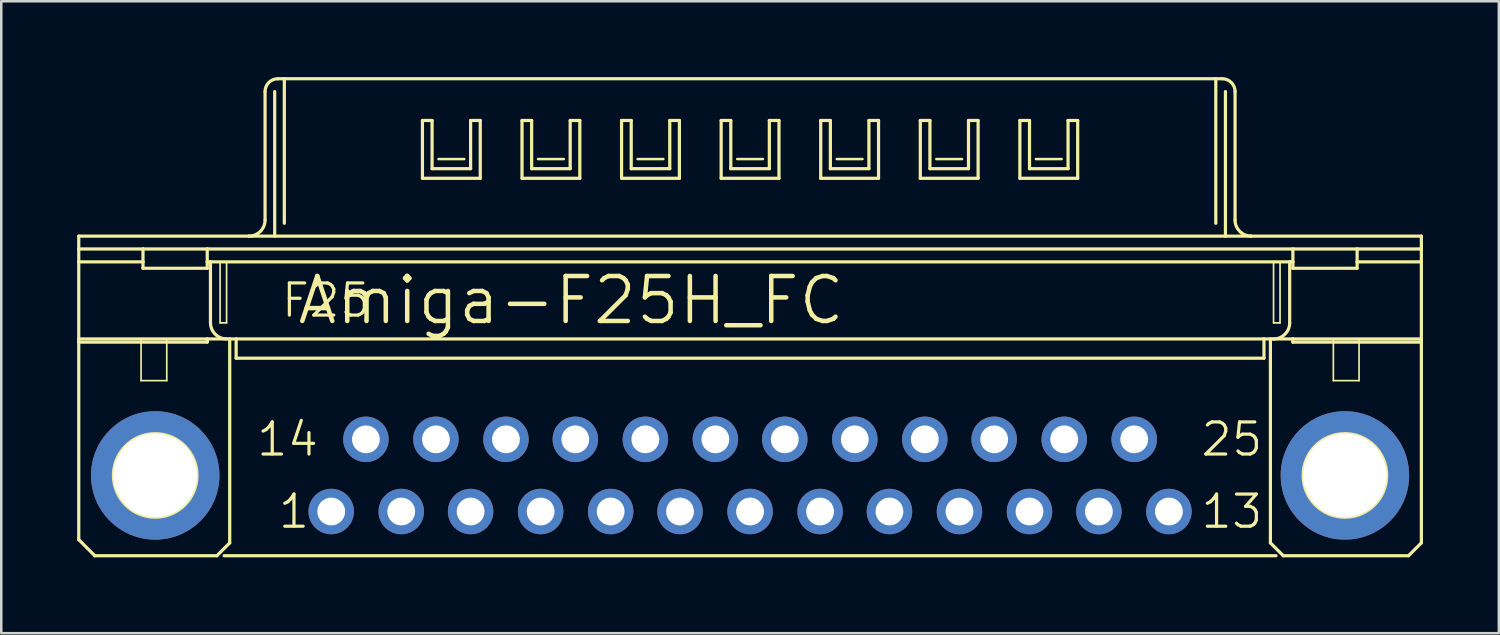
<source format=kicad_pcb>
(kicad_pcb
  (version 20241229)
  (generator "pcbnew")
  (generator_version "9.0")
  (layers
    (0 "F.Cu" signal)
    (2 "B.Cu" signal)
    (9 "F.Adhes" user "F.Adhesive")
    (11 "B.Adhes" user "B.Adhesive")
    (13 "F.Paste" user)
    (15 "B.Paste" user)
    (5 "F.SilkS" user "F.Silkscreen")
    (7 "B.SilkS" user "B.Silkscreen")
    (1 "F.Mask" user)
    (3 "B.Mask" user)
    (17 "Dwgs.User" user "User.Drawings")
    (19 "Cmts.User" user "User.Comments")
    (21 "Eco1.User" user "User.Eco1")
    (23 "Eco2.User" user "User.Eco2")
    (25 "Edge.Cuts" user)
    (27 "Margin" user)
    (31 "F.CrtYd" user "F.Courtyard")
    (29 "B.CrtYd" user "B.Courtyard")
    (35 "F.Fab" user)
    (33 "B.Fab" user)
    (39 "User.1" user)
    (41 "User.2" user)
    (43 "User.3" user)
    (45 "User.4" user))
  (footprint "Amiga-F25H_FC"
    (layer "F.Cu")
    (at 26.607 15.748)
    (property "Reference" "Amiga-F25H_FC" (at -7.079 -6.921 0) (layer "F.SilkS") (effects (font (size 1.778 1.778) (thickness 0.178))))
    (attr exclude_from_pos_files exclude_from_bom)
    (fp_line (start -26.543 -9.461) (end -19.812 -9.461) (stroke (width 0.127) (type solid)) (layer "F.SilkS"))
    (fp_line (start -26.543 -9.461) (end 26.543 -9.461) (stroke (width 0.066) (type solid)) (layer "F.SilkS"))
    (fp_line (start -26.543 -8.954) (end -26.543 -9.461) (stroke (width 0.066) (type solid)) (layer "F.SilkS"))
    (fp_line (start -26.543 -8.954) (end -26.543 -9.461) (stroke (width 0.127) (type solid)) (layer "F.SilkS"))
    (fp_line (start -26.543 -8.954) (end -24.003 -8.954) (stroke (width 0.127) (type solid)) (layer "F.SilkS"))
    (fp_line (start -26.543 -8.954) (end 26.543 -8.954) (stroke (width 0.066) (type solid)) (layer "F.SilkS"))
    (fp_line (start -26.543 -8.445) (end -26.543 -8.954) (stroke (width 0.127) (type solid)) (layer "F.SilkS"))
    (fp_line (start -26.543 -8.445) (end -24.003 -8.445) (stroke (width 0.127) (type solid)) (layer "F.SilkS"))
    (fp_line (start -26.543 -5.397) (end -26.543 -8.445) (stroke (width 0.127) (type solid)) (layer "F.SilkS"))
    (fp_line (start -26.543 -5.397) (end -26.543 -5.271) (stroke (width 0.127) (type solid)) (layer "F.SilkS"))
    (fp_line (start -26.543 -5.397) (end -21.463 -5.397) (stroke (width 0.127) (type solid)) (layer "F.SilkS"))
    (fp_line (start -26.543 -5.271) (end -21.463 -5.271) (stroke (width 0.127) (type solid)) (layer "F.SilkS"))
    (fp_line (start -26.543 2.54) (end -26.543 -5.271) (stroke (width 0.127) (type solid)) (layer "F.SilkS"))
    (fp_line (start -25.908 3.175) (end -26.543 2.54) (stroke (width 0.127) (type solid)) (layer "F.SilkS"))
    (fp_line (start -24.079 -5.397) (end -23.063 -5.397) (stroke (width 0.066) (type solid)) (layer "F.SilkS"))
    (fp_line (start -24.079 -3.747) (end -24.079 -5.397) (stroke (width 0.066) (type solid)) (layer "F.SilkS"))
    (fp_line (start -24.079 -3.747) (end -23.063 -3.747) (stroke (width 0.066) (type solid)) (layer "F.SilkS"))
    (fp_line (start -24.003 -8.954) (end -21.463 -8.954) (stroke (width 0.127) (type solid)) (layer "F.SilkS"))
    (fp_line (start -24.003 -8.445) (end -24.003 -8.954) (stroke (width 0.127) (type solid)) (layer "F.SilkS"))
    (fp_line (start -24.003 -8.445) (end -24.003 -8.191) (stroke (width 0.127) (type solid)) (layer "F.SilkS"))
    (fp_line (start -24.003 -8.191) (end -21.463 -8.191) (stroke (width 0.127) (type solid)) (layer "F.SilkS"))
    (fp_line (start -23.063 -3.747) (end -23.063 -5.397) (stroke (width 0.066) (type solid)) (layer "F.SilkS"))
    (fp_line (start -21.463 -8.954) (end 21.463 -8.954) (stroke (width 0.127) (type solid)) (layer "F.SilkS"))
    (fp_line (start -21.463 -8.445) (end -21.463 -8.954) (stroke (width 0.127) (type solid)) (layer "F.SilkS"))
    (fp_line (start -21.463 -8.445) (end -21.336 -8.445) (stroke (width 0.127) (type solid)) (layer "F.SilkS"))
    (fp_line (start -21.463 -8.191) (end -21.463 -8.445) (stroke (width 0.127) (type solid)) (layer "F.SilkS"))
    (fp_line (start -21.463 -5.397) (end -20.574 -5.397) (stroke (width 0.127) (type solid)) (layer "F.SilkS"))
    (fp_line (start -21.463 -5.271) (end -21.463 -5.397) (stroke (width 0.127) (type solid)) (layer "F.SilkS"))
    (fp_line (start -21.336 -8.445) (end 21.336 -8.445) (stroke (width 0.127) (type solid)) (layer "F.SilkS"))
    (fp_line (start -21.336 -6.032) (end -21.336 -8.445) (stroke (width 0.127) (type solid)) (layer "F.SilkS"))
    (fp_line (start -21.082 3.175) (end -25.908 3.175) (stroke (width 0.127) (type solid)) (layer "F.SilkS"))
    (fp_line (start -21.082 3.175) (end -20.574 2.667) (stroke (width 0.127) (type solid)) (layer "F.SilkS"))
    (fp_line (start -20.955 -8.445) (end -20.698 -8.445) (stroke (width 0.066) (type solid)) (layer "F.SilkS"))
    (fp_line (start -20.955 -6.032) (end -20.955 -8.445) (stroke (width 0.066) (type solid)) (layer "F.SilkS"))
    (fp_line (start -20.955 -6.032) (end -20.698 -6.032) (stroke (width 0.066) (type solid)) (layer "F.SilkS"))
    (fp_line (start -20.795 3.175) (end 20.795 3.175) (stroke (width 0.127) (type solid)) (layer "F.SilkS"))
    (fp_line (start -20.698 -6.032) (end -20.698 -8.445) (stroke (width 0.066) (type solid)) (layer "F.SilkS"))
    (fp_line (start -20.574 -5.397) (end -20.32 -5.397) (stroke (width 0.127) (type solid)) (layer "F.SilkS"))
    (fp_line (start -20.574 2.667) (end -20.574 -5.397) (stroke (width 0.127) (type solid)) (layer "F.SilkS"))
    (fp_line (start -20.32 -5.397) (end -20.32 -4.636) (stroke (width 0.127) (type solid)) (layer "F.SilkS"))
    (fp_line (start -20.32 -5.397) (end 20.32 -5.397) (stroke (width 0.066) (type solid)) (layer "F.SilkS"))
    (fp_line (start -20.32 -5.397) (end 20.32 -5.397) (stroke (width 0.127) (type solid)) (layer "F.SilkS"))
    (fp_line (start -20.32 -4.636) (end -20.32 -5.397) (stroke (width 0.066) (type solid)) (layer "F.SilkS"))
    (fp_line (start -20.32 -4.636) (end 20.32 -4.636) (stroke (width 0.066) (type solid)) (layer "F.SilkS"))
    (fp_line (start -20.32 -4.636) (end 20.32 -4.636) (stroke (width 0.127) (type solid)) (layer "F.SilkS"))
    (fp_line (start -19.812 -9.461) (end -18.796 -9.461) (stroke (width 0.127) (type solid)) (layer "F.SilkS"))
    (fp_line (start -19.177 -10.097) (end -19.177 -15.177) (stroke (width 0.127) (type solid)) (layer "F.SilkS"))
    (fp_line (start -18.796 -9.461) (end -18.796 -15.177) (stroke (width 0.127) (type solid)) (layer "F.SilkS"))
    (fp_line (start -18.796 -9.461) (end 18.796 -9.461) (stroke (width 0.127) (type solid)) (layer "F.SilkS"))
    (fp_line (start -18.669 -15.684) (end -18.415 -15.684) (stroke (width 0.127) (type solid)) (layer "F.SilkS"))
    (fp_line (start -18.415 -15.684) (end 18.415 -15.684) (stroke (width 0.127) (type solid)) (layer "F.SilkS"))
    (fp_line (start -18.415 -9.97) (end -18.415 -15.684) (stroke (width 0.127) (type solid)) (layer "F.SilkS"))
    (fp_line (start -12.954 -14.034) (end -12.573 -14.034) (stroke (width 0.127) (type solid)) (layer "F.SilkS"))
    (fp_line (start -12.954 -11.748) (end -12.954 -14.034) (stroke (width 0.127) (type solid)) (layer "F.SilkS"))
    (fp_line (start -12.573 -14.034) (end -12.573 -12.129) (stroke (width 0.127) (type solid)) (layer "F.SilkS"))
    (fp_line (start -12.573 -12.129) (end -11.049 -12.129) (stroke (width 0.127) (type solid)) (layer "F.SilkS"))
    (fp_line (start -11.303 -12.509) (end -12.319 -12.509) (stroke (width 0.1) (type solid)) (layer "F.SilkS"))
    (fp_line (start -11.049 -14.034) (end -10.668 -14.034) (stroke (width 0.127) (type solid)) (layer "F.SilkS"))
    (fp_line (start -11.049 -12.129) (end -11.049 -14.034) (stroke (width 0.127) (type solid)) (layer "F.SilkS"))
    (fp_line (start -10.668 -14.034) (end -10.668 -11.748) (stroke (width 0.127) (type solid)) (layer "F.SilkS"))
    (fp_line (start -10.668 -11.748) (end -12.954 -11.748) (stroke (width 0.127) (type solid)) (layer "F.SilkS"))
    (fp_line (start -9.017 -14.034) (end -8.636 -14.034) (stroke (width 0.127) (type solid)) (layer "F.SilkS"))
    (fp_line (start -9.017 -11.748) (end -9.017 -14.034) (stroke (width 0.127) (type solid)) (layer "F.SilkS"))
    (fp_line (start -8.636 -14.034) (end -8.636 -12.129) (stroke (width 0.127) (type solid)) (layer "F.SilkS"))
    (fp_line (start -8.636 -12.129) (end -7.112 -12.129) (stroke (width 0.127) (type solid)) (layer "F.SilkS"))
    (fp_line (start -7.366 -12.509) (end -8.382 -12.509) (stroke (width 0.1) (type solid)) (layer "F.SilkS"))
    (fp_line (start -7.112 -14.034) (end -6.731 -14.034) (stroke (width 0.127) (type solid)) (layer "F.SilkS"))
    (fp_line (start -7.112 -12.129) (end -7.112 -14.034) (stroke (width 0.127) (type solid)) (layer "F.SilkS"))
    (fp_line (start -6.731 -14.034) (end -6.731 -11.748) (stroke (width 0.127) (type solid)) (layer "F.SilkS"))
    (fp_line (start -6.731 -11.748) (end -9.017 -11.748) (stroke (width 0.127) (type solid)) (layer "F.SilkS"))
    (fp_line (start -5.08 -14.034) (end -4.699 -14.034) (stroke (width 0.127) (type solid)) (layer "F.SilkS"))
    (fp_line (start -5.08 -11.748) (end -5.08 -14.034) (stroke (width 0.127) (type solid)) (layer "F.SilkS"))
    (fp_line (start -4.699 -14.034) (end -4.699 -12.129) (stroke (width 0.127) (type solid)) (layer "F.SilkS"))
    (fp_line (start -4.699 -12.129) (end -3.175 -12.129) (stroke (width 0.127) (type solid)) (layer "F.SilkS"))
    (fp_line (start -3.429 -12.509) (end -4.445 -12.509) (stroke (width 0.1) (type solid)) (layer "F.SilkS"))
    (fp_line (start -3.175 -14.034) (end -2.794 -14.034) (stroke (width 0.127) (type solid)) (layer "F.SilkS"))
    (fp_line (start -3.175 -12.129) (end -3.175 -14.034) (stroke (width 0.127) (type solid)) (layer "F.SilkS"))
    (fp_line (start -2.794 -14.034) (end -2.794 -11.748) (stroke (width 0.127) (type solid)) (layer "F.SilkS"))
    (fp_line (start -2.794 -11.748) (end -5.08 -11.748) (stroke (width 0.127) (type solid)) (layer "F.SilkS"))
    (fp_line (start -1.143 -14.034) (end -0.762 -14.034) (stroke (width 0.127) (type solid)) (layer "F.SilkS"))
    (fp_line (start -1.143 -11.748) (end -1.143 -14.034) (stroke (width 0.127) (type solid)) (layer "F.SilkS"))
    (fp_line (start -0.762 -14.034) (end -0.762 -12.129) (stroke (width 0.127) (type solid)) (layer "F.SilkS"))
    (fp_line (start -0.762 -12.129) (end 0.762 -12.129) (stroke (width 0.127) (type solid)) (layer "F.SilkS"))
    (fp_line (start 0.508 -12.509) (end -0.508 -12.509) (stroke (width 0.1) (type solid)) (layer "F.SilkS"))
    (fp_line (start 0.762 -14.034) (end 1.143 -14.034) (stroke (width 0.127) (type solid)) (layer "F.SilkS"))
    (fp_line (start 0.762 -12.129) (end 0.762 -14.034) (stroke (width 0.127) (type solid)) (layer "F.SilkS"))
    (fp_line (start 1.143 -14.034) (end 1.143 -11.748) (stroke (width 0.127) (type solid)) (layer "F.SilkS"))
    (fp_line (start 1.143 -11.748) (end -1.143 -11.748) (stroke (width 0.127) (type solid)) (layer "F.SilkS"))
    (fp_line (start 2.794 -14.034) (end 3.175 -14.034) (stroke (width 0.127) (type solid)) (layer "F.SilkS"))
    (fp_line (start 2.794 -11.748) (end 2.794 -14.034) (stroke (width 0.127) (type solid)) (layer "F.SilkS"))
    (fp_line (start 3.175 -14.034) (end 3.175 -12.129) (stroke (width 0.127) (type solid)) (layer "F.SilkS"))
    (fp_line (start 3.175 -12.129) (end 4.699 -12.129) (stroke (width 0.127) (type solid)) (layer "F.SilkS"))
    (fp_line (start 4.445 -12.509) (end 3.429 -12.509) (stroke (width 0.1) (type solid)) (layer "F.SilkS"))
    (fp_line (start 4.699 -14.034) (end 5.08 -14.034) (stroke (width 0.127) (type solid)) (layer "F.SilkS"))
    (fp_line (start 4.699 -12.129) (end 4.699 -14.034) (stroke (width 0.127) (type solid)) (layer "F.SilkS"))
    (fp_line (start 5.08 -14.034) (end 5.08 -11.748) (stroke (width 0.127) (type solid)) (layer "F.SilkS"))
    (fp_line (start 5.08 -11.748) (end 2.794 -11.748) (stroke (width 0.127) (type solid)) (layer "F.SilkS"))
    (fp_line (start 6.731 -14.034) (end 7.112 -14.034) (stroke (width 0.127) (type solid)) (layer "F.SilkS"))
    (fp_line (start 6.731 -11.748) (end 6.731 -14.034) (stroke (width 0.127) (type solid)) (layer "F.SilkS"))
    (fp_line (start 7.112 -14.034) (end 7.112 -12.129) (stroke (width 0.127) (type solid)) (layer "F.SilkS"))
    (fp_line (start 7.112 -12.129) (end 8.636 -12.129) (stroke (width 0.127) (type solid)) (layer "F.SilkS"))
    (fp_line (start 8.382 -12.509) (end 7.366 -12.509) (stroke (width 0.1) (type solid)) (layer "F.SilkS"))
    (fp_line (start 8.636 -14.034) (end 9.017 -14.034) (stroke (width 0.127) (type solid)) (layer "F.SilkS"))
    (fp_line (start 8.636 -12.129) (end 8.636 -14.034) (stroke (width 0.127) (type solid)) (layer "F.SilkS"))
    (fp_line (start 9.017 -14.034) (end 9.017 -11.748) (stroke (width 0.127) (type solid)) (layer "F.SilkS"))
    (fp_line (start 9.017 -11.748) (end 6.731 -11.748) (stroke (width 0.127) (type solid)) (layer "F.SilkS"))
    (fp_line (start 10.668 -14.034) (end 11.049 -14.034) (stroke (width 0.127) (type solid)) (layer "F.SilkS"))
    (fp_line (start 10.668 -11.748) (end 10.668 -14.034) (stroke (width 0.127) (type solid)) (layer "F.SilkS"))
    (fp_line (start 11.049 -14.034) (end 11.049 -12.129) (stroke (width 0.127) (type solid)) (layer "F.SilkS"))
    (fp_line (start 11.049 -12.129) (end 12.573 -12.129) (stroke (width 0.127) (type solid)) (layer "F.SilkS"))
    (fp_line (start 12.319 -12.509) (end 11.303 -12.509) (stroke (width 0.1) (type solid)) (layer "F.SilkS"))
    (fp_line (start 12.573 -14.034) (end 12.954 -14.034) (stroke (width 0.127) (type solid)) (layer "F.SilkS"))
    (fp_line (start 12.573 -12.129) (end 12.573 -14.034) (stroke (width 0.127) (type solid)) (layer "F.SilkS"))
    (fp_line (start 12.954 -14.034) (end 12.954 -11.748) (stroke (width 0.127) (type solid)) (layer "F.SilkS"))
    (fp_line (start 12.954 -11.748) (end 10.668 -11.748) (stroke (width 0.127) (type solid)) (layer "F.SilkS"))
    (fp_line (start 18.415 -15.684) (end 18.669 -15.684) (stroke (width 0.127) (type solid)) (layer "F.SilkS"))
    (fp_line (start 18.415 -9.97) (end 18.415 -15.684) (stroke (width 0.127) (type solid)) (layer "F.SilkS"))
    (fp_line (start 18.796 -9.461) (end 18.796 -15.177) (stroke (width 0.127) (type solid)) (layer "F.SilkS"))
    (fp_line (start 18.796 -9.461) (end 19.812 -9.461) (stroke (width 0.127) (type solid)) (layer "F.SilkS"))
    (fp_line (start 19.177 -10.097) (end 19.177 -15.177) (stroke (width 0.127) (type solid)) (layer "F.SilkS"))
    (fp_line (start 19.812 -9.461) (end 26.543 -9.461) (stroke (width 0.127) (type solid)) (layer "F.SilkS"))
    (fp_line (start 20.32 -5.397) (end 20.32 -4.636) (stroke (width 0.127) (type solid)) (layer "F.SilkS"))
    (fp_line (start 20.32 -5.397) (end 20.574 -5.397) (stroke (width 0.127) (type solid)) (layer "F.SilkS"))
    (fp_line (start 20.32 -4.636) (end 20.32 -5.397) (stroke (width 0.066) (type solid)) (layer "F.SilkS"))
    (fp_line (start 20.574 -5.397) (end 20.698 -5.397) (stroke (width 0.127) (type solid)) (layer "F.SilkS"))
    (fp_line (start 20.574 2.667) (end 20.574 -5.397) (stroke (width 0.127) (type solid)) (layer "F.SilkS"))
    (fp_line (start 20.574 2.667) (end 21.082 3.175) (stroke (width 0.127) (type solid)) (layer "F.SilkS"))
    (fp_line (start 20.698 -8.445) (end 20.955 -8.445) (stroke (width 0.066) (type solid)) (layer "F.SilkS"))
    (fp_line (start 20.698 -6.032) (end 20.698 -8.445) (stroke (width 0.066) (type solid)) (layer "F.SilkS"))
    (fp_line (start 20.698 -6.032) (end 20.955 -6.032) (stroke (width 0.066) (type solid)) (layer "F.SilkS"))
    (fp_line (start 20.698 -5.397) (end 21.463 -5.397) (stroke (width 0.127) (type solid)) (layer "F.SilkS"))
    (fp_line (start 20.955 -6.032) (end 20.955 -8.445) (stroke (width 0.066) (type solid)) (layer "F.SilkS"))
    (fp_line (start 21.082 3.175) (end 26.035 3.175) (stroke (width 0.127) (type solid)) (layer "F.SilkS"))
    (fp_line (start 21.336 -8.445) (end 21.463 -8.445) (stroke (width 0.127) (type solid)) (layer "F.SilkS"))
    (fp_line (start 21.336 -6.032) (end 21.336 -8.445) (stroke (width 0.127) (type solid)) (layer "F.SilkS"))
    (fp_line (start 21.463 -8.954) (end 24.003 -8.954) (stroke (width 0.127) (type solid)) (layer "F.SilkS"))
    (fp_line (start 21.463 -8.445) (end 21.463 -8.954) (stroke (width 0.127) (type solid)) (layer "F.SilkS"))
    (fp_line (start 21.463 -8.191) (end 21.463 -8.445) (stroke (width 0.127) (type solid)) (layer "F.SilkS"))
    (fp_line (start 21.463 -8.191) (end 24.003 -8.191) (stroke (width 0.127) (type solid)) (layer "F.SilkS"))
    (fp_line (start 21.463 -5.397) (end 26.543 -5.397) (stroke (width 0.127) (type solid)) (layer "F.SilkS"))
    (fp_line (start 21.463 -5.271) (end 21.463 -5.397) (stroke (width 0.127) (type solid)) (layer "F.SilkS"))
    (fp_line (start 21.463 -5.271) (end 26.543 -5.271) (stroke (width 0.127) (type solid)) (layer "F.SilkS"))
    (fp_line (start 23.063 -5.397) (end 24.079 -5.397) (stroke (width 0.066) (type solid)) (layer "F.SilkS"))
    (fp_line (start 23.063 -3.747) (end 23.063 -5.397) (stroke (width 0.066) (type solid)) (layer "F.SilkS"))
    (fp_line (start 23.063 -3.747) (end 24.079 -3.747) (stroke (width 0.066) (type solid)) (layer "F.SilkS"))
    (fp_line (start 24.003 -8.954) (end 26.543 -8.954) (stroke (width 0.127) (type solid)) (layer "F.SilkS"))
    (fp_line (start 24.003 -8.445) (end 24.003 -8.954) (stroke (width 0.127) (type solid)) (layer "F.SilkS"))
    (fp_line (start 24.003 -8.445) (end 24.003 -8.191) (stroke (width 0.127) (type solid)) (layer "F.SilkS"))
    (fp_line (start 24.003 -8.445) (end 26.543 -8.445) (stroke (width 0.127) (type solid)) (layer "F.SilkS"))
    (fp_line (start 24.079 -3.747) (end 24.079 -5.397) (stroke (width 0.066) (type solid)) (layer "F.SilkS"))
    (fp_line (start 26.035 3.175) (end 26.543 2.667) (stroke (width 0.127) (type solid)) (layer "F.SilkS"))
    (fp_line (start 26.543 -9.461) (end 26.543 -8.954) (stroke (width 0.127) (type solid)) (layer "F.SilkS"))
    (fp_line (start 26.543 -8.954) (end 26.543 -9.461) (stroke (width 0.066) (type solid)) (layer "F.SilkS"))
    (fp_line (start 26.543 -8.954) (end 26.543 -8.445) (stroke (width 0.127) (type solid)) (layer "F.SilkS"))
    (fp_line (start 26.543 -8.445) (end 26.543 -5.397) (stroke (width 0.127) (type solid)) (layer "F.SilkS"))
    (fp_line (start 26.543 -5.397) (end 26.543 -5.271) (stroke (width 0.127) (type solid)) (layer "F.SilkS"))
    (fp_line (start 26.543 2.667) (end 26.543 -5.271) (stroke (width 0.127) (type solid)) (layer "F.SilkS"))
    (fp_arc (start -20.69846 -5.3975) (mid -21.147473 -5.583487) (end -21.33346 -6.0325) (stroke (width 0.127) (type solid)) (layer "F.SilkS"))
    (fp_arc (start -19.177 -15.1765) (mid -19.02821 -15.53571) (end -18.669 -15.6845) (stroke (width 0.127) (type solid)) (layer "F.SilkS"))
    (fp_arc (start -19.177 -10.0965) (mid -19.362987 -9.647487) (end -19.812 -9.4615) (stroke (width 0.127) (type solid)) (layer "F.SilkS"))
    (fp_arc (start 18.669 -15.6845) (mid 19.02821 -15.53571) (end 19.177 -15.1765) (stroke (width 0.127) (type solid)) (layer "F.SilkS"))
    (fp_arc (start 19.812 -9.4615) (mid 19.362987 -9.647487) (end 19.177 -10.0965) (stroke (width 0.127) (type solid)) (layer "F.SilkS"))
    (fp_arc (start 21.336 -6.0325) (mid 21.149269 -5.581691) (end 20.69846 -5.39496) (stroke (width 0.127) (type solid)) (layer "F.SilkS"))
    (fp_circle (center -23.52 0) (end -23.52 -1.651) (stroke (width 0.127) (type solid)) (fill no) (layer "F.SilkS"))
    (fp_circle (center 23.52 0) (end 23.52 -1.651) (stroke (width 0.127) (type solid)) (fill no) (layer "F.SilkS"))
    (fp_circle (center -23.52 0) (end -23.52 -0.635) (stroke (width 0.61) (type solid)) (fill no) (layer "B.Adhes"))
    (fp_circle (center 23.52 0) (end 23.52 -0.635) (stroke (width 0.61) (type solid)) (fill no) (layer "B.Adhes"))
    (fp_text user "25" (at 19.05 -1.427 0) (layer "F.SilkS") (effects (font (size 1.27 1.27) (thickness 0.127))))
    (fp_text user "F25" (at -16.764 -6.921 0) (layer "F.SilkS") (effects (font (size 1.27 1.27) (thickness 0.127))))
    (fp_text user "14" (at -18.288 -1.427 0) (layer "F.SilkS") (effects (font (size 1.27 1.27) (thickness 0.127))))
    (fp_text user "1" (at -18.034 1.427 0) (layer "F.SilkS") (effects (font (size 1.27 1.27) (thickness 0.127))))
    (fp_text user "13" (at 19.05 1.427 0) (layer "F.SilkS") (effects (font (size 1.27 1.27) (thickness 0.127))))
    (pad "1" thru_hole circle (at -16.561 1.427) (size 1.798 1.798) (drill 1.1) (layers "*.Cu" "*.Paste" "*.Mask"))
    (pad "2" thru_hole circle (at -13.792 1.427) (size 1.798 1.798) (drill 1.1) (layers "*.Cu" "*.Paste" "*.Mask"))
    (pad "3" thru_hole circle (at -11.049 1.427) (size 1.798 1.798) (drill 1.1) (layers "*.Cu" "*.Paste" "*.Mask"))
    (pad "4" thru_hole circle (at -8.28 1.427) (size 1.798 1.798) (drill 1.1) (layers "*.Cu" "*.Paste" "*.Mask"))
    (pad "5" thru_hole circle (at -5.512 1.427) (size 1.798 1.798) (drill 1.1) (layers "*.Cu" "*.Paste" "*.Mask"))
    (pad "6" thru_hole circle (at -2.769 1.427) (size 1.798 1.798) (drill 1.1) (layers "*.Cu" "*.Paste" "*.Mask"))
    (pad "7" thru_hole circle (at 0 1.427) (size 1.798 1.798) (drill 1.1) (layers "*.Cu" "*.Paste" "*.Mask"))
    (pad "8" thru_hole circle (at 2.769 1.427) (size 1.798 1.798) (drill 1.1) (layers "*.Cu" "*.Paste" "*.Mask"))
    (pad "9" thru_hole circle (at 5.512 1.427) (size 1.798 1.798) (drill 1.1) (layers "*.Cu" "*.Paste" "*.Mask"))
    (pad "10" thru_hole circle (at 8.28 1.427) (size 1.798 1.798) (drill 1.1) (layers "*.Cu" "*.Paste" "*.Mask"))
    (pad "11" thru_hole circle (at 11.049 1.427) (size 1.798 1.798) (drill 1.1) (layers "*.Cu" "*.Paste" "*.Mask"))
    (pad "12" thru_hole circle (at 13.792 1.427) (size 1.798 1.798) (drill 1.1) (layers "*.Cu" "*.Paste" "*.Mask"))
    (pad "13" thru_hole circle (at 16.561 1.427) (size 1.798 1.798) (drill 1.1) (layers "*.Cu" "*.Paste" "*.Mask"))
    (pad "14" thru_hole circle (at -15.189 -1.427) (size 1.798 1.798) (drill 1.1) (layers "*.Cu" "*.Paste" "*.Mask"))
    (pad "15" thru_hole circle (at -12.421 -1.427) (size 1.798 1.798) (drill 1.1) (layers "*.Cu" "*.Paste" "*.Mask"))
    (pad "16" thru_hole circle (at -9.652 -1.427) (size 1.798 1.798) (drill 1.1) (layers "*.Cu" "*.Paste" "*.Mask"))
    (pad "17" thru_hole circle (at -6.909 -1.427) (size 1.798 1.798) (drill 1.1) (layers "*.Cu" "*.Paste" "*.Mask"))
    (pad "18" thru_hole circle (at -4.14 -1.427) (size 1.798 1.798) (drill 1.1) (layers "*.Cu" "*.Paste" "*.Mask"))
    (pad "19" thru_hole circle (at -1.372 -1.427) (size 1.798 1.798) (drill 1.1) (layers "*.Cu" "*.Paste" "*.Mask"))
    (pad "20" thru_hole circle (at 1.372 -1.427) (size 1.798 1.798) (drill 1.1) (layers "*.Cu" "*.Paste" "*.Mask"))
    (pad "21" thru_hole circle (at 4.14 -1.427) (size 1.798 1.798) (drill 1.1) (layers "*.Cu" "*.Paste" "*.Mask"))
    (pad "22" thru_hole circle (at 6.909 -1.427) (size 1.798 1.798) (drill 1.1) (layers "*.Cu" "*.Paste" "*.Mask"))
    (pad "23" thru_hole circle (at 9.652 -1.427) (size 1.798 1.798) (drill 1.1) (layers "*.Cu" "*.Paste" "*.Mask"))
    (pad "24" thru_hole circle (at 12.421 -1.427) (size 1.798 1.798) (drill 1.1) (layers "*.Cu" "*.Paste" "*.Mask"))
    (pad "25" thru_hole circle (at 15.189 -1.427) (size 1.798 1.798) (drill 1.1) (layers "*.Cu" "*.Paste" "*.Mask"))
    (pad "G1" thru_hole circle (at -23.52 0) (size 5.08 5.08) (drill 3.302) (layers "*.Cu" "*.Paste" "*.Mask"))
    (pad "G2" thru_hole circle (at 23.52 0) (size 5.08 5.08) (drill 3.302) (layers "*.Cu" "*.Paste" "*.Mask")))
  (gr_rect
    (start -3 -3)
    (end 56.213 21.986)
    (stroke (width 0.1) (type default))
    (fill no)
    (layer "Edge.Cuts")))
</source>
